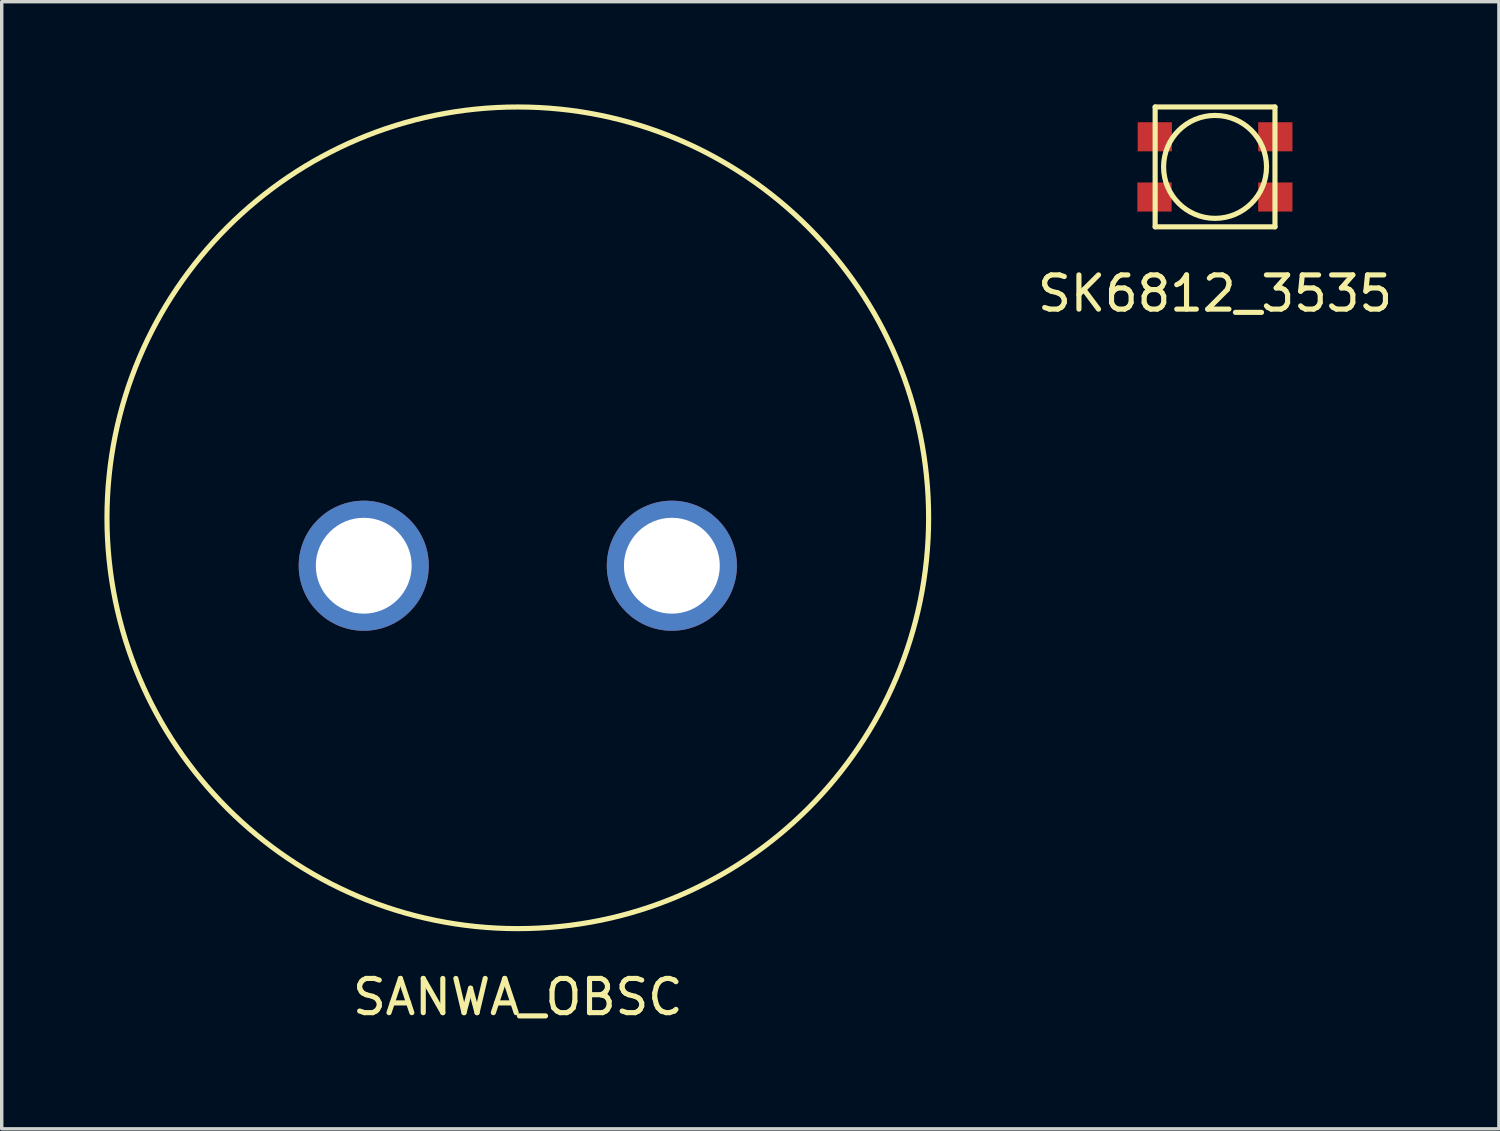
<source format=kicad_pcb>
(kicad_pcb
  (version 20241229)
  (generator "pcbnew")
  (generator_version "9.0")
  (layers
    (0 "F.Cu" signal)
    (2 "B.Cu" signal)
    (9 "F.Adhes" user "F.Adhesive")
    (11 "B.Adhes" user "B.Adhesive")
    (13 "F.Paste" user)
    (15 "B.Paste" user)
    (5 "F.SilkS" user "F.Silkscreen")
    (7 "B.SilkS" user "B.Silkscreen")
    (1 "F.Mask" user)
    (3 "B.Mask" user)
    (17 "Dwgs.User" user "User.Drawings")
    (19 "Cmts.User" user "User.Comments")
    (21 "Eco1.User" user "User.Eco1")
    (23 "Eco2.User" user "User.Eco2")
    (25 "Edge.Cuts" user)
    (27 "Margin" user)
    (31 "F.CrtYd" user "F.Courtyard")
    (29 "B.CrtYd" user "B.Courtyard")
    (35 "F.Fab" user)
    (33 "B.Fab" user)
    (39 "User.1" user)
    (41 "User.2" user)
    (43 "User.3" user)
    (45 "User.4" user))
  (footprint "SK6812_3535"
    (layer "F.Cu")
    (at 32.442 1.825)
    (property "Reference" "SK6812_3535" (at 0 3.7 0) (layer "F.SilkS") (effects (font (size 1 1) (thickness 0.15))))
    (attr through_hole)
    (fp_line (start -1.75 -1.75) (end -1.75 1.75) (stroke (width 0.15) (type solid)) (layer "F.SilkS"))
    (fp_line (start -1.75 -1.75) (end 1.75 -1.75) (stroke (width 0.15) (type solid)) (layer "F.SilkS"))
    (fp_line (start -1.75 1.75) (end 1.75 1.75) (stroke (width 0.15) (type solid)) (layer "F.SilkS"))
    (fp_line (start 1.75 1.75) (end 1.75 -1.75) (stroke (width 0.15) (type solid)) (layer "F.SilkS"))
    (fp_circle (center 0 0) (end 1.5 0.1) (stroke (width 0.15) (type solid)) (fill no) (layer "F.SilkS"))
    (pad "1" smd rect (at -1.76 -0.88) (size 1 0.85) (layers "F.Cu" "F.Mask" "F.Paste"))
    (pad "2" smd rect (at -1.77 0.88) (size 1 0.85) (layers "F.Cu" "F.Mask" "F.Paste"))
    (pad "3" smd rect (at 1.76 0.88) (size 1 0.85) (layers "F.Cu" "F.Mask" "F.Paste"))
    (pad "4" smd rect (at 1.76 -0.88) (size 1 0.85) (layers "F.Cu" "F.Mask" "F.Paste")))
  (footprint "SANWA_OBSC"
    (layer "F.Cu")
    (at 12.075 12.075)
    (property "Reference" "SANWA_OBSC" (at 0 14 0) (layer "F.SilkS") (effects (font (size 1 1) (thickness 0.15))))
    (attr through_hole)
    (fp_circle (center 0 0) (end 0 12) (stroke (width 0.15) (type solid)) (fill no) (layer "F.SilkS"))
    (pad "1" thru_hole circle (at -4.5 1.4) (size 3.8 3.8) (drill 2.8) (layers "*.Cu" "*.Mask"))
    (pad "2" thru_hole circle (at 4.5 1.4) (size 3.8 3.8) (drill 2.8) (layers "*.Cu" "*.Mask")))
  (gr_rect
    (start -3 -3)
    (end 40.733 29.923)
    (stroke (width 0.1) (type default))
    (fill no)
    (layer "Edge.Cuts")))
</source>
